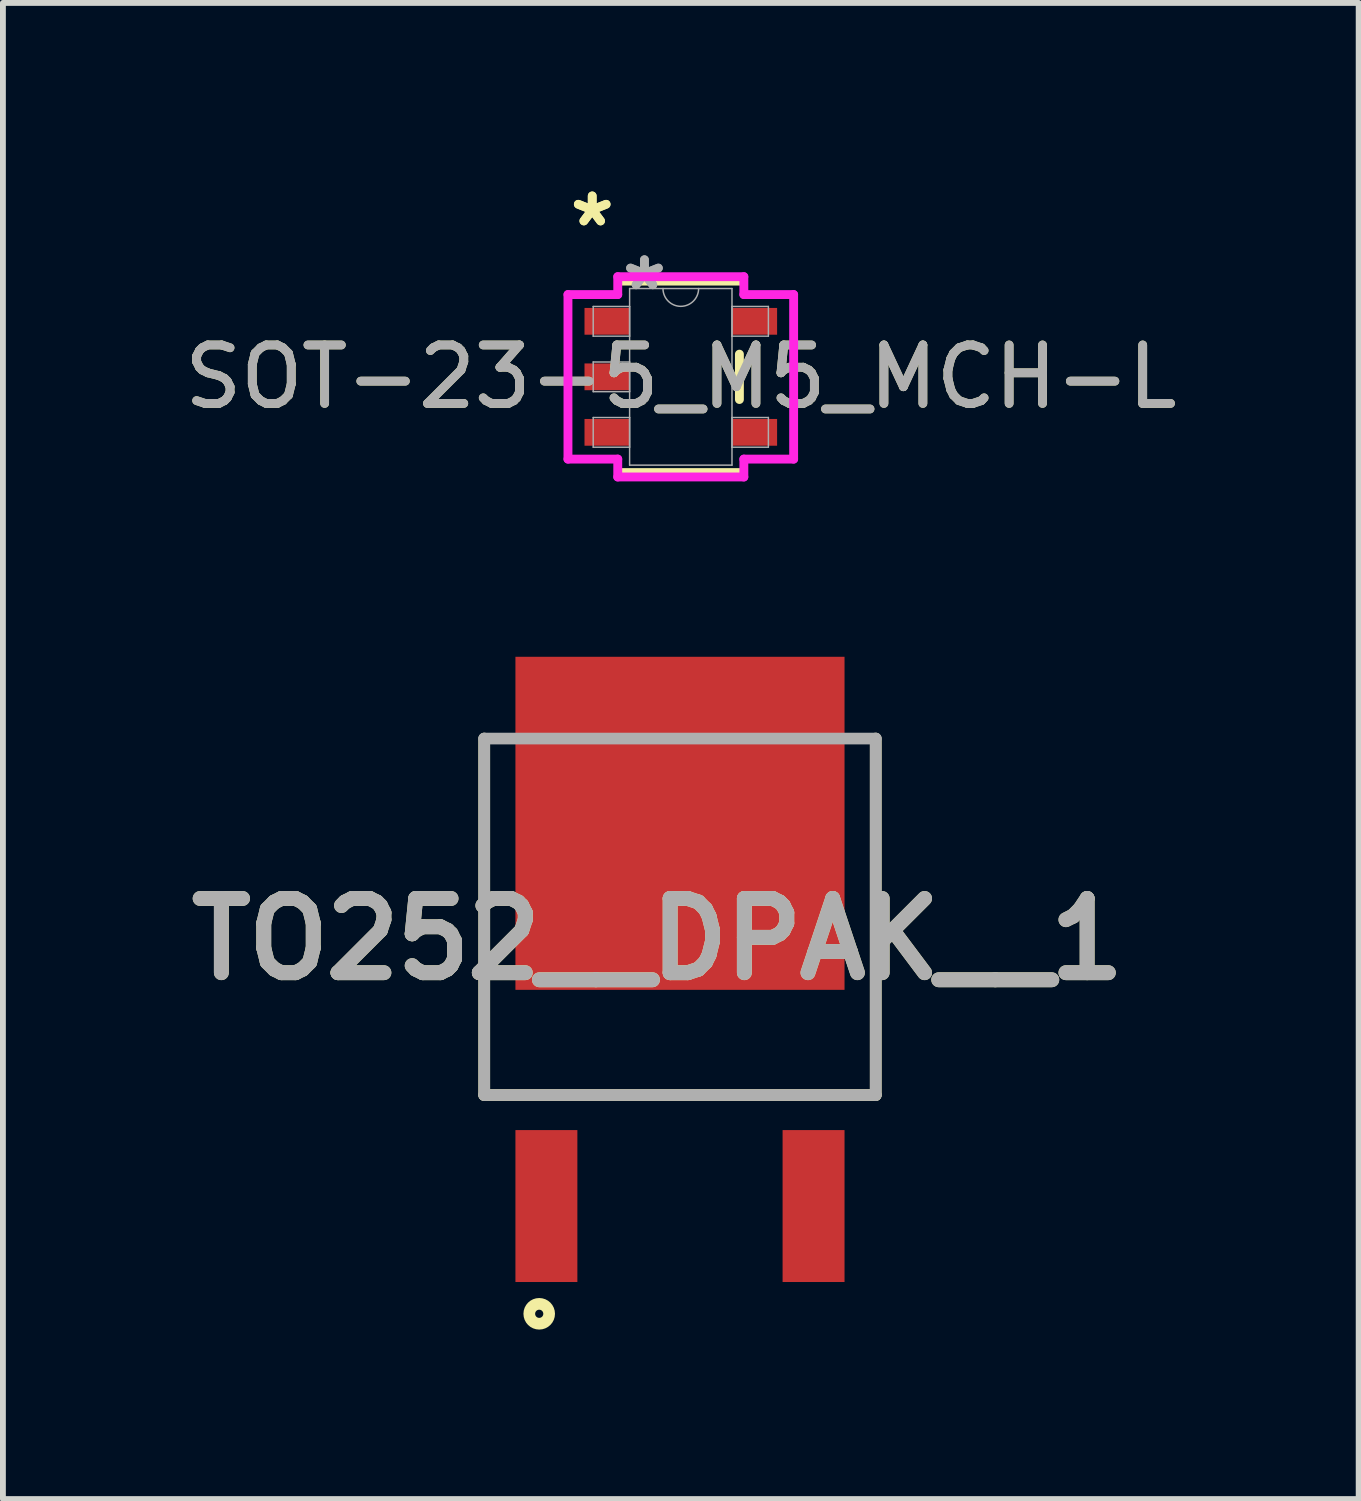
<source format=kicad_pcb>
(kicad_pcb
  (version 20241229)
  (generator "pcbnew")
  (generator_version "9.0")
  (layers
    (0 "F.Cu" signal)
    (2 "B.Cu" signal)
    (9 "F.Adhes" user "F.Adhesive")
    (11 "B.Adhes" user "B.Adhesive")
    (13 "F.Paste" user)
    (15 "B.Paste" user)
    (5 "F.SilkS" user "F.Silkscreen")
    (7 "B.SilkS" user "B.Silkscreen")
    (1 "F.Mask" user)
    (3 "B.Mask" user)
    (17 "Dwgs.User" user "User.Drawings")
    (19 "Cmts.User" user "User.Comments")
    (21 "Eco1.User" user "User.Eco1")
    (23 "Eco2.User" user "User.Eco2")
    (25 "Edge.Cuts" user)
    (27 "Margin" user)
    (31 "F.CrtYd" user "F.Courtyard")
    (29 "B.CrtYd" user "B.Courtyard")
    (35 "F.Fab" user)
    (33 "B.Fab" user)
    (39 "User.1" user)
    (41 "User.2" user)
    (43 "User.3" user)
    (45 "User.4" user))
  (footprint "TO252__DPAK__1"
    (layer "F.Cu")
    (at 8.587 17.59)
    (property "Reference" "TO252__DPAK__1" (at -0.38 -4.568 0) (layer "F.SilkS") (effects (font (size 1.27 1.27) (thickness 0.254))))
    (attr smd)
    (fp_line (start -3.35 -8) (end -3.35 -1.9) (stroke (width 0.2) (type solid)) (layer "F.SilkS"))
    (fp_line (start -3.35 -1.9) (end 3.35 -1.9) (stroke (width 0.2) (type solid)) (layer "F.SilkS"))
    (fp_line (start 3.35 -1.9) (end 3.35 -8) (stroke (width 0.2) (type solid)) (layer "F.SilkS"))
    (fp_circle (center -2.409 1.844) (end -2.409 1.914) (stroke (width 0.2) (type solid)) (fill no) (layer "F.SilkS"))
    (fp_line (start -3.35 -8) (end 3.35 -8) (stroke (width 0.2) (type solid)) (layer "F.Fab"))
    (fp_line (start -3.35 -1.9) (end -3.35 -8) (stroke (width 0.2) (type solid)) (layer "F.Fab"))
    (fp_line (start 3.35 -8) (end 3.35 -1.9) (stroke (width 0.2) (type solid)) (layer "F.Fab"))
    (fp_line (start 3.35 -1.9) (end -3.35 -1.9) (stroke (width 0.2) (type solid)) (layer "F.Fab"))
    (fp_text user "${REFERENCE}" (at -0.38 -4.568 0) (layer "F.Fab") (effects (font (size 1.27 1.27) (thickness 0.254))))
    (pad "1" smd rect (at -2.286 0) (size 1.06 2.6) (layers "F.Cu" "F.Mask" "F.Paste"))
    (pad "2" smd rect (at 2.286 0) (size 1.06 2.6) (layers "F.Cu" "F.Mask" "F.Paste"))
    (pad "3" smd rect (at 0 -6.55) (size 5.632 5.7) (layers "F.Cu" "F.Mask" "F.Paste")))
  (footprint "SOT-23-5_M5_MCH-L"
    (layer "F.Cu")
    (at 8.601 3.399)
    (property "Reference" "SOT-23-5_M5_MCH-L" (at 0 0 0) (unlocked yes) (layer "F.SilkS") (effects (font (size 1 1) (thickness 0.15))))
    (attr smd)
    (fp_line (start -1.003 1.638) (end 1.003 1.638) (stroke (width 0.152) (type solid)) (layer "F.SilkS"))
    (fp_line (start 1.003 -1.638) (end -1.003 -1.638) (stroke (width 0.152) (type solid)) (layer "F.SilkS"))
    (fp_line (start 1.003 0.388) (end 1.003 -0.388) (stroke (width 0.152) (type solid)) (layer "F.SilkS"))
    (fp_line (start -1.931 -1.408) (end -1.079 -1.408) (stroke (width 0.152) (type solid)) (layer "F.CrtYd"))
    (fp_line (start -1.931 1.408) (end -1.931 -1.408) (stroke (width 0.152) (type solid)) (layer "F.CrtYd"))
    (fp_line (start -1.079 -1.714) (end 1.079 -1.714) (stroke (width 0.152) (type solid)) (layer "F.CrtYd"))
    (fp_line (start -1.079 -1.408) (end -1.079 -1.714) (stroke (width 0.152) (type solid)) (layer "F.CrtYd"))
    (fp_line (start -1.079 1.408) (end -1.931 1.408) (stroke (width 0.152) (type solid)) (layer "F.CrtYd"))
    (fp_line (start -1.079 1.714) (end -1.079 1.408) (stroke (width 0.152) (type solid)) (layer "F.CrtYd"))
    (fp_line (start 1.079 -1.714) (end 1.079 -1.408) (stroke (width 0.152) (type solid)) (layer "F.CrtYd"))
    (fp_line (start 1.079 -1.408) (end 1.931 -1.408) (stroke (width 0.152) (type solid)) (layer "F.CrtYd"))
    (fp_line (start 1.079 1.408) (end 1.079 1.714) (stroke (width 0.152) (type solid)) (layer "F.CrtYd"))
    (fp_line (start 1.079 1.714) (end -1.079 1.714) (stroke (width 0.152) (type solid)) (layer "F.CrtYd"))
    (fp_line (start 1.931 -1.408) (end 1.931 1.408) (stroke (width 0.152) (type solid)) (layer "F.CrtYd"))
    (fp_line (start 1.931 1.408) (end 1.079 1.408) (stroke (width 0.152) (type solid)) (layer "F.CrtYd"))
    (fp_line (start -1.499 -1.204) (end -1.499 -0.696) (stroke (width 0.025) (type solid)) (layer "F.Fab"))
    (fp_line (start -1.499 -0.696) (end -0.876 -0.696) (stroke (width 0.025) (type solid)) (layer "F.Fab"))
    (fp_line (start -1.499 -0.254) (end -1.499 0.254) (stroke (width 0.025) (type solid)) (layer "F.Fab"))
    (fp_line (start -1.499 0.254) (end -0.876 0.254) (stroke (width 0.025) (type solid)) (layer "F.Fab"))
    (fp_line (start -1.499 0.696) (end -1.499 1.204) (stroke (width 0.025) (type solid)) (layer "F.Fab"))
    (fp_line (start -1.499 1.204) (end -0.876 1.204) (stroke (width 0.025) (type solid)) (layer "F.Fab"))
    (fp_line (start -0.876 -1.511) (end -0.876 1.511) (stroke (width 0.025) (type solid)) (layer "F.Fab"))
    (fp_line (start -0.876 -1.204) (end -1.499 -1.204) (stroke (width 0.025) (type solid)) (layer "F.Fab"))
    (fp_line (start -0.876 -0.696) (end -0.876 -1.204) (stroke (width 0.025) (type solid)) (layer "F.Fab"))
    (fp_line (start -0.876 -0.254) (end -1.499 -0.254) (stroke (width 0.025) (type solid)) (layer "F.Fab"))
    (fp_line (start -0.876 0.254) (end -0.876 -0.254) (stroke (width 0.025) (type solid)) (layer "F.Fab"))
    (fp_line (start -0.876 0.696) (end -1.499 0.696) (stroke (width 0.025) (type solid)) (layer "F.Fab"))
    (fp_line (start -0.876 1.204) (end -0.876 0.696) (stroke (width 0.025) (type solid)) (layer "F.Fab"))
    (fp_line (start -0.876 1.511) (end 0.876 1.511) (stroke (width 0.025) (type solid)) (layer "F.Fab"))
    (fp_line (start 0.876 -1.511) (end -0.876 -1.511) (stroke (width 0.025) (type solid)) (layer "F.Fab"))
    (fp_line (start 0.876 -1.204) (end 0.876 -0.696) (stroke (width 0.025) (type solid)) (layer "F.Fab"))
    (fp_line (start 0.876 -0.696) (end 1.499 -0.696) (stroke (width 0.025) (type solid)) (layer "F.Fab"))
    (fp_line (start 0.876 0.696) (end 0.876 1.204) (stroke (width 0.025) (type solid)) (layer "F.Fab"))
    (fp_line (start 0.876 1.204) (end 1.499 1.204) (stroke (width 0.025) (type solid)) (layer "F.Fab"))
    (fp_line (start 0.876 1.511) (end 0.876 -1.511) (stroke (width 0.025) (type solid)) (layer "F.Fab"))
    (fp_line (start 1.499 -1.204) (end 0.876 -1.204) (stroke (width 0.025) (type solid)) (layer "F.Fab"))
    (fp_line (start 1.499 -0.696) (end 1.499 -1.204) (stroke (width 0.025) (type solid)) (layer "F.Fab"))
    (fp_line (start 1.499 0.696) (end 0.876 0.696) (stroke (width 0.025) (type solid)) (layer "F.Fab"))
    (fp_line (start 1.499 1.204) (end 1.499 0.696) (stroke (width 0.025) (type solid)) (layer "F.Fab"))
    (fp_arc (start 0.3048 -1.5113) (mid 0 -1.2065) (end -0.3048 -1.5113) (stroke (width 0.0254) (type solid)) (layer "F.Fab"))
    (fp_text user "*" (at -1.516 -2.551 0) (layer "F.SilkS") (effects (font (size 1 1) (thickness 0.15))))
    (fp_text user "*" (at -1.516 -2.551 0) (unlocked yes) (layer "F.SilkS") (effects (font (size 1 1) (thickness 0.15))))
    (fp_text user "${REFERENCE}" (at 0 0 0) (unlocked yes) (layer "F.Fab") (effects (font (size 1 1) (thickness 0.15))))
    (fp_text user "*" (at -0.622 -1.459 0) (unlocked yes) (layer "F.Fab") (effects (font (size 1 1) (thickness 0.15))))
    (fp_text user "*" (at -0.622 -1.459 0) (layer "F.Fab") (effects (font (size 1 1) (thickness 0.15))))
    (pad "1" smd rect (at -1.262 -0.95) (size 0.772 0.458) (layers "F.Cu" "F.Mask" "F.Paste"))
    (pad "2" smd rect (at -1.262 0) (size 0.772 0.458) (layers "F.Cu" "F.Mask" "F.Paste"))
    (pad "3" smd rect (at -1.262 0.95) (size 0.772 0.458) (layers "F.Cu" "F.Mask" "F.Paste"))
    (pad "4" smd rect (at 1.262 0.95) (size 0.772 0.458) (layers "F.Cu" "F.Mask" "F.Paste"))
    (pad "5" smd rect (at 1.262 -0.95) (size 0.772 0.458) (layers "F.Cu" "F.Mask" "F.Paste")))
  (gr_rect
    (start -3 -3)
    (end 20.202 22.604)
    (stroke (width 0.1) (type default))
    (fill no)
    (layer "Edge.Cuts")))
</source>
